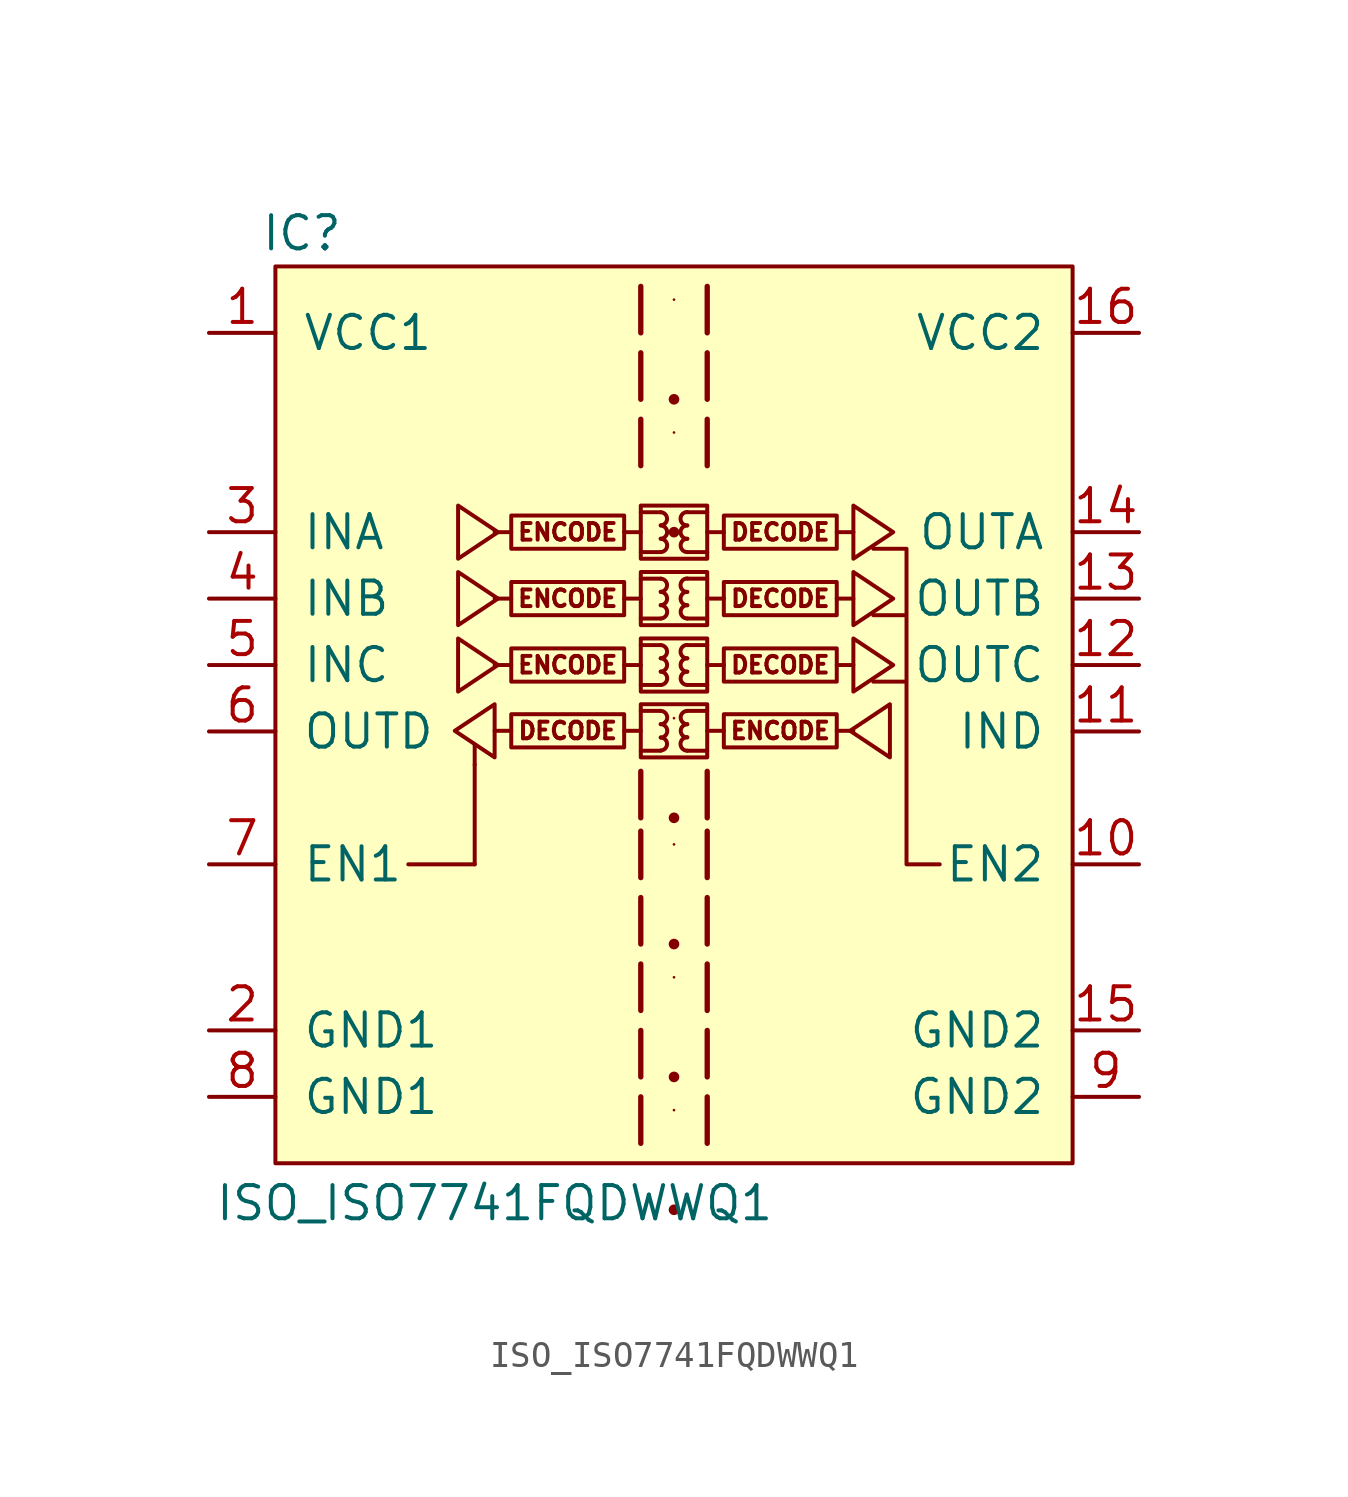
<source format=kicad_sym>
(kicad_symbol_lib
  (version 20211014)
  (generator kicad_symbol_editor)
  (symbol "ISO_ISO7741FQDWWQ1"
    (pin_names
      (offset 1.016))
    (property "Reference" "IC"
      (at -14.224 15.24 0)
      (effects (font (size 1.27 1.27))))
    (property "Value" "ISO_ISO7741FQDWWQ1"
      (at -6.858 -21.844 0)
      (effects (font (size 1.27 1.27))))
    (symbol "ISO_ISO7741FQDWWQ1_0_1"
      (rectangle (start -15.24 13.97) (end 15.24 -20.32) (stroke (width 0) (type default) (color 0 0 0 0)) (fill (type background)))
      (rectangle (start -10.16 -8.89) (end -7.62 -8.89) (stroke (width 0) (type default) (color 0 0 0 0)) (fill (type none)))
      (rectangle (start -7.62 -8.89) (end -7.62 -5.08) (stroke (width 0) (type default) (color 0 0 0 0)) (fill (type none)))
      (rectangle (start -7.62 -5.08) (end -7.62 -4.318) (stroke (width 0) (type default) (color 0 0 0 0)) (fill (type none)))
      (polyline (pts (xy 10.16 -8.89) (xy 8.89 -8.89) (xy 8.89 -1.905) (xy 7.62 -1.905) (xy 8.89 -1.905) (xy 8.89 0.635) (xy 7.62 0.635) (xy 8.89 0.635) (xy 8.89 3.175) (xy 7.62 3.175)) (stroke (width 0) (type default) (color 0 0 0 0)) (fill (type none))))
    (symbol "ISO_ISO7741FQDWWQ1_1_1"
      (rectangle (start -1.905 -3.15) (end -6.223 -4.42) (stroke (width 0) (type default) (color 0 0 0 0)) (fill (type none)))
      (rectangle (start -1.905 -0.635) (end -6.223 -1.905) (stroke (width 0) (type default) (color 0 0 0 0)) (fill (type none)))
      (rectangle (start -1.905 1.905) (end -6.223 0.635) (stroke (width 0) (type default) (color 0 0 0 0)) (fill (type none)))
      (rectangle (start -1.905 4.445) (end -6.223 3.175) (stroke (width 0) (type default) (color 0 0 0 0)) (fill (type none)))
      (rectangle (start -1.27 -0.254) (end 1.27 -2.286) (stroke (width 0) (type default) (color 0 0 0 0)) (fill (type none)))
      (rectangle (start -1.27 2.286) (end 1.27 0.254) (stroke (width 0) (type default) (color 0 0 0 0)) (fill (type none)))
      (rectangle (start -1.27 4.826) (end 1.27 2.794) (stroke (width 0) (type default) (color 0 0 0 0)) (fill (type none)))
      (arc (start -0.508 -4.5466) (mid -0.254 -4.2926) (end -0.508 -4.0386) (stroke (width 0) (type default) (color 0 0 0 0)) (fill (type none)))
      (arc (start -0.508 -4.0386) (mid -0.254 -3.7846) (end -0.508 -3.5306) (stroke (width 0) (type default) (color 0 0 0 0)) (fill (type none)))
      (arc (start -0.508 -3.5306) (mid -0.254 -3.2766) (end -0.508 -3.0226) (stroke (width 0) (type default) (color 0 0 0 0)) (fill (type none)))
      (arc (start -0.508 -2.032) (mid -0.254 -1.778) (end -0.508 -1.524) (stroke (width 0) (type default) (color 0 0 0 0)) (fill (type none)))
      (arc (start -0.508 -1.524) (mid -0.254 -1.27) (end -0.508 -1.016) (stroke (width 0) (type default) (color 0 0 0 0)) (fill (type none)))
      (arc (start -0.508 -1.016) (mid -0.254 -0.762) (end -0.508 -0.508) (stroke (width 0) (type default) (color 0 0 0 0)) (fill (type none)))
      (arc (start -0.508 0.508) (mid -0.254 0.762) (end -0.508 1.016) (stroke (width 0) (type default) (color 0 0 0 0)) (fill (type none)))
      (arc (start -0.508 1.016) (mid -0.254 1.27) (end -0.508 1.524) (stroke (width 0) (type default) (color 0 0 0 0)) (fill (type none)))
      (arc (start -0.508 1.524) (mid -0.254 1.778) (end -0.508 2.032) (stroke (width 0) (type default) (color 0 0 0 0)) (fill (type none)))
      (arc (start -0.508 3.048) (mid -0.254 3.302) (end -0.508 3.556) (stroke (width 0) (type default) (color 0 0 0 0)) (fill (type none)))
      (arc (start -0.508 3.556) (mid -0.254 3.81) (end -0.508 4.064) (stroke (width 0) (type default) (color 0 0 0 0)) (fill (type none)))
      (arc (start -0.508 4.064) (mid -0.254 4.318) (end -0.508 4.572) (stroke (width 0) (type default) (color 0 0 0 0)) (fill (type none)))
      (polyline (pts (xy -6.223 -3.785) (xy -6.858 -3.785)) (stroke (width 0) (type default) (color 0 0 0 0)) (fill (type none)))
      (polyline (pts (xy -6.223 -1.27) (xy -6.858 -1.27)) (stroke (width 0) (type default) (color 0 0 0 0)) (fill (type none)))
      (polyline (pts (xy -6.223 1.27) (xy -6.858 1.27)) (stroke (width 0) (type default) (color 0 0 0 0)) (fill (type none)))
      (polyline (pts (xy -6.223 3.81) (xy -6.858 3.81)) (stroke (width 0) (type default) (color 0 0 0 0)) (fill (type none)))
      (polyline (pts (xy -1.905 -3.785) (xy -1.27 -3.785)) (stroke (width 0) (type default) (color 0 0 0 0)) (fill (type none)))
      (polyline (pts (xy -1.905 -1.27) (xy -1.27 -1.27)) (stroke (width 0) (type default) (color 0 0 0 0)) (fill (type none)))
      (polyline (pts (xy -1.905 1.27) (xy -1.27 1.27)) (stroke (width 0) (type default) (color 0 0 0 0)) (fill (type none)))
      (polyline (pts (xy -1.905 3.81) (xy -1.27 3.81)) (stroke (width 0) (type default) (color 0 0 0 0)) (fill (type none)))
      (polyline (pts (xy -1.27 -4.547) (xy -0.508 -4.547)) (stroke (width 0) (type default) (color 0 0 0 0)) (fill (type none)))
      (polyline (pts (xy -1.27 -3.023) (xy -0.508 -3.023)) (stroke (width 0) (type default) (color 0 0 0 0)) (fill (type none)))
      (polyline (pts (xy -1.27 -2.032) (xy -0.508 -2.032)) (stroke (width 0) (type default) (color 0 0 0 0)) (fill (type none)))
      (polyline (pts (xy -1.27 -0.508) (xy -0.508 -0.508)) (stroke (width 0) (type default) (color 0 0 0 0)) (fill (type none)))
      (polyline (pts (xy -1.27 0.508) (xy -0.508 0.508)) (stroke (width 0) (type default) (color 0 0 0 0)) (fill (type none)))
      (polyline (pts (xy -1.27 2.032) (xy -0.508 2.032)) (stroke (width 0) (type default) (color 0 0 0 0)) (fill (type none)))
      (polyline (pts (xy -1.27 3.048) (xy -0.508 3.048)) (stroke (width 0) (type default) (color 0 0 0 0)) (fill (type none)))
      (polyline (pts (xy -1.27 4.572) (xy -0.508 4.572)) (stroke (width 0) (type default) (color 0 0 0 0)) (fill (type none)))
      (polyline (pts (xy 0 -22.098) (xy 0 -22.098)) (stroke (width 0.406) (type default) (color 0 0 0 0)) (fill (type none)))
      (polyline (pts (xy 0 -18.288) (xy 0 -18.288)) (stroke (width 0.102) (type default) (color 0 0 0 0)) (fill (type none)))
      (polyline (pts (xy 0 -17.018) (xy 0 -17.018)) (stroke (width 0.406) (type default) (color 0 0 0 0)) (fill (type none)))
      (polyline (pts (xy 0 -13.208) (xy 0 -13.208)) (stroke (width 0.102) (type default) (color 0 0 0 0)) (fill (type none)))
      (polyline (pts (xy 0 -11.938) (xy 0 -11.938)) (stroke (width 0.406) (type default) (color 0 0 0 0)) (fill (type none)))
      (polyline (pts (xy 0 -8.128) (xy 0 -8.128)) (stroke (width 0.102) (type default) (color 0 0 0 0)) (fill (type none)))
      (polyline (pts (xy 0 -7.112) (xy 0 -7.112)) (stroke (width 0.406) (type default) (color 0 0 0 0)) (fill (type none)))
      (polyline (pts (xy 0 -3.302) (xy 0 -3.302)) (stroke (width 0.102) (type default) (color 0 0 0 0)) (fill (type none)))
      (polyline (pts (xy 0 3.81) (xy 0 3.81)) (stroke (width 0.406) (type default) (color 0 0 0 0)) (fill (type none)))
      (polyline (pts (xy 0 7.62) (xy 0 7.62)) (stroke (width 0.102) (type default) (color 0 0 0 0)) (fill (type none)))
      (polyline (pts (xy 0 8.89) (xy 0 8.89)) (stroke (width 0.406) (type default) (color 0 0 0 0)) (fill (type none)))
      (polyline (pts (xy 0 12.7) (xy 0 12.7)) (stroke (width 0.102) (type default) (color 0 0 0 0)) (fill (type none)))
      (polyline (pts (xy 1.27 -4.547) (xy 0.508 -4.547)) (stroke (width 0) (type default) (color 0 0 0 0)) (fill (type none)))
      (polyline (pts (xy 1.27 -3.023) (xy 0.508 -3.023)) (stroke (width 0) (type default) (color 0 0 0 0)) (fill (type none)))
      (polyline (pts (xy 1.27 -2.032) (xy 0.508 -2.032)) (stroke (width 0) (type default) (color 0 0 0 0)) (fill (type none)))
      (polyline (pts (xy 1.27 -0.508) (xy 0.508 -0.508)) (stroke (width 0) (type default) (color 0 0 0 0)) (fill (type none)))
      (polyline (pts (xy 1.27 0.508) (xy 0.508 0.508)) (stroke (width 0) (type default) (color 0 0 0 0)) (fill (type none)))
      (polyline (pts (xy 1.27 2.032) (xy 0.508 2.032)) (stroke (width 0) (type default) (color 0 0 0 0)) (fill (type none)))
      (polyline (pts (xy 1.27 3.048) (xy 0.508 3.048)) (stroke (width 0) (type default) (color 0 0 0 0)) (fill (type none)))
      (polyline (pts (xy 1.27 4.572) (xy 0.508 4.572)) (stroke (width 0) (type default) (color 0 0 0 0)) (fill (type none)))
      (polyline (pts (xy 1.905 -3.785) (xy 1.27 -3.785)) (stroke (width 0) (type default) (color 0 0 0 0)) (fill (type none)))
      (polyline (pts (xy 1.905 -1.27) (xy 1.27 -1.27)) (stroke (width 0) (type default) (color 0 0 0 0)) (fill (type none)))
      (polyline (pts (xy 1.905 1.27) (xy 1.27 1.27)) (stroke (width 0) (type default) (color 0 0 0 0)) (fill (type none)))
      (polyline (pts (xy 1.905 3.81) (xy 1.27 3.81)) (stroke (width 0) (type default) (color 0 0 0 0)) (fill (type none)))
      (polyline (pts (xy 6.223 -3.785) (xy 6.858 -3.785)) (stroke (width 0) (type default) (color 0 0 0 0)) (fill (type none)))
      (polyline (pts (xy 6.223 -1.27) (xy 6.858 -1.27)) (stroke (width 0) (type default) (color 0 0 0 0)) (fill (type none)))
      (polyline (pts (xy 6.223 1.27) (xy 6.858 1.27)) (stroke (width 0) (type default) (color 0 0 0 0)) (fill (type none)))
      (polyline (pts (xy 6.223 3.81) (xy 6.858 3.81)) (stroke (width 0) (type default) (color 0 0 0 0)) (fill (type none)))
      (polyline (pts (xy -1.27 -17.78) (xy -1.27 -19.304) (xy -1.27 -19.558)) (stroke (width 0.203) (type default) (color 0 0 0 0)) (fill (type none)))
      (polyline (pts (xy -1.27 -15.24) (xy -1.27 -16.764) (xy -1.27 -17.018)) (stroke (width 0.203) (type default) (color 0 0 0 0)) (fill (type none)))
      (polyline (pts (xy -1.27 -12.7) (xy -1.27 -14.224) (xy -1.27 -14.478)) (stroke (width 0.203) (type default) (color 0 0 0 0)) (fill (type none)))
      (polyline (pts (xy -1.27 -10.16) (xy -1.27 -11.684) (xy -1.27 -11.938)) (stroke (width 0.203) (type default) (color 0 0 0 0)) (fill (type none)))
      (polyline (pts (xy -1.27 -7.62) (xy -1.27 -9.144) (xy -1.27 -9.398)) (stroke (width 0.203) (type default) (color 0 0 0 0)) (fill (type none)))
      (polyline (pts (xy -1.27 -5.334) (xy -1.27 -6.858) (xy -1.27 -7.112)) (stroke (width 0.203) (type default) (color 0 0 0 0)) (fill (type none)))
      (polyline (pts (xy -1.27 8.128) (xy -1.27 6.604) (xy -1.27 6.35)) (stroke (width 0.203) (type default) (color 0 0 0 0)) (fill (type none)))
      (polyline (pts (xy -1.27 10.668) (xy -1.27 9.144) (xy -1.27 8.89)) (stroke (width 0.203) (type default) (color 0 0 0 0)) (fill (type none)))
      (polyline (pts (xy -1.27 13.208) (xy -1.27 11.684) (xy -1.27 11.43)) (stroke (width 0.203) (type default) (color 0 0 0 0)) (fill (type none)))
      (polyline (pts (xy 1.27 -17.78) (xy 1.27 -19.304) (xy 1.27 -19.558)) (stroke (width 0.203) (type default) (color 0 0 0 0)) (fill (type none)))
      (polyline (pts (xy 1.27 -15.24) (xy 1.27 -16.764) (xy 1.27 -17.018)) (stroke (width 0.203) (type default) (color 0 0 0 0)) (fill (type none)))
      (polyline (pts (xy 1.27 -12.7) (xy 1.27 -14.224) (xy 1.27 -14.478)) (stroke (width 0.203) (type default) (color 0 0 0 0)) (fill (type none)))
      (polyline (pts (xy 1.27 -10.16) (xy 1.27 -11.684) (xy 1.27 -11.938)) (stroke (width 0.203) (type default) (color 0 0 0 0)) (fill (type none)))
      (polyline (pts (xy 1.27 -7.62) (xy 1.27 -9.144) (xy 1.27 -9.398)) (stroke (width 0.203) (type default) (color 0 0 0 0)) (fill (type none)))
      (polyline (pts (xy 1.27 -5.334) (xy 1.27 -6.858) (xy 1.27 -7.112)) (stroke (width 0.203) (type default) (color 0 0 0 0)) (fill (type none)))
      (polyline (pts (xy 1.27 8.128) (xy 1.27 6.604) (xy 1.27 6.35)) (stroke (width 0.203) (type default) (color 0 0 0 0)) (fill (type none)))
      (polyline (pts (xy 1.27 10.668) (xy 1.27 9.144) (xy 1.27 8.89)) (stroke (width 0.203) (type default) (color 0 0 0 0)) (fill (type none)))
      (polyline (pts (xy 1.27 13.208) (xy 1.27 11.684) (xy 1.27 11.43)) (stroke (width 0.203) (type default) (color 0 0 0 0)) (fill (type none)))
      (polyline (pts (xy -8.382 -3.785) (xy -6.858 -2.769) (xy -6.858 -4.801) (xy -8.382 -3.785)) (stroke (width 0) (type default) (color 0 0 0 0)) (fill (type none)))
      (polyline (pts (xy -6.731 -1.27) (xy -8.255 -0.254) (xy -8.255 -2.286) (xy -6.731 -1.27)) (stroke (width 0) (type default) (color 0 0 0 0)) (fill (type none)))
      (polyline (pts (xy -6.731 1.27) (xy -8.255 2.286) (xy -8.255 0.254) (xy -6.731 1.27)) (stroke (width 0) (type default) (color 0 0 0 0)) (fill (type none)))
      (polyline (pts (xy -6.731 3.81) (xy -8.255 4.826) (xy -8.255 2.794) (xy -6.731 3.81)) (stroke (width 0) (type default) (color 0 0 0 0)) (fill (type none)))
      (polyline (pts (xy 6.731 -3.785) (xy 8.255 -2.769) (xy 8.255 -4.801) (xy 6.731 -3.785)) (stroke (width 0) (type default) (color 0 0 0 0)) (fill (type none)))
      (polyline (pts (xy 8.382 -1.27) (xy 6.858 -0.254) (xy 6.858 -2.286) (xy 8.382 -1.27)) (stroke (width 0) (type default) (color 0 0 0 0)) (fill (type none)))
      (polyline (pts (xy 8.382 1.27) (xy 6.858 2.286) (xy 6.858 0.254) (xy 8.382 1.27)) (stroke (width 0) (type default) (color 0 0 0 0)) (fill (type none)))
      (polyline (pts (xy 8.382 3.81) (xy 6.858 4.826) (xy 6.858 2.794) (xy 8.382 3.81)) (stroke (width 0) (type default) (color 0 0 0 0)) (fill (type none)))
      (arc (start 0.508 -4.0386) (mid 0.254 -4.2926) (end 0.508 -4.5466) (stroke (width 0) (type default) (color 0 0 0 0)) (fill (type none)))
      (arc (start 0.508 -3.5306) (mid 0.254 -3.7846) (end 0.508 -4.0386) (stroke (width 0) (type default) (color 0 0 0 0)) (fill (type none)))
      (arc (start 0.508 -3.0226) (mid 0.254 -3.2766) (end 0.508 -3.5306) (stroke (width 0) (type default) (color 0 0 0 0)) (fill (type none)))
      (arc (start 0.508 -1.524) (mid 0.254 -1.778) (end 0.508 -2.032) (stroke (width 0) (type default) (color 0 0 0 0)) (fill (type none)))
      (arc (start 0.508 -1.016) (mid 0.254 -1.27) (end 0.508 -1.524) (stroke (width 0) (type default) (color 0 0 0 0)) (fill (type none)))
      (arc (start 0.508 -0.508) (mid 0.254 -0.762) (end 0.508 -1.016) (stroke (width 0) (type default) (color 0 0 0 0)) (fill (type none)))
      (arc (start 0.508 1.016) (mid 0.254 0.762) (end 0.508 0.508) (stroke (width 0) (type default) (color 0 0 0 0)) (fill (type none)))
      (arc (start 0.508 1.524) (mid 0.254 1.27) (end 0.508 1.016) (stroke (width 0) (type default) (color 0 0 0 0)) (fill (type none)))
      (arc (start 0.508 2.032) (mid 0.254 1.778) (end 0.508 1.524) (stroke (width 0) (type default) (color 0 0 0 0)) (fill (type none)))
      (arc (start 0.508 3.556) (mid 0.254 3.302) (end 0.508 3.048) (stroke (width 0) (type default) (color 0 0 0 0)) (fill (type none)))
      (arc (start 0.508 4.064) (mid 0.254 3.81) (end 0.508 3.556) (stroke (width 0) (type default) (color 0 0 0 0)) (fill (type none)))
      (arc (start 0.508 4.572) (mid 0.254 4.318) (end 0.508 4.064) (stroke (width 0) (type default) (color 0 0 0 0)) (fill (type none)))
      (rectangle (start 1.27 -2.769) (end -1.27 -4.801) (stroke (width 0) (type default) (color 0 0 0 0)) (fill (type none)))
      (rectangle (start 1.905 -3.15) (end 6.223 -4.42) (stroke (width 0) (type default) (color 0 0 0 0)) (fill (type none)))
      (rectangle (start 1.905 -0.635) (end 6.223 -1.905) (stroke (width 0) (type default) (color 0 0 0 0)) (fill (type none)))
      (rectangle (start 1.905 1.905) (end 6.223 0.635) (stroke (width 0) (type default) (color 0 0 0 0)) (fill (type none)))
      (rectangle (start 1.905 4.445) (end 6.223 3.175) (stroke (width 0) (type default) (color 0 0 0 0)) (fill (type none)))
      (text "DECODE" (at -4.064 -3.785 0) (effects (font (size 0.635 0.635))))
      (text "DECODE" (at 4.064 -1.27 0) (effects (font (size 0.635 0.635))))
      (text "DECODE" (at 4.064 1.27 0) (effects (font (size 0.635 0.635))))
      (text "DECODE" (at 4.064 3.81 0) (effects (font (size 0.635 0.635))))
      (text "ENCODE" (at -4.064 -1.27 0) (effects (font (size 0.635 0.635))))
      (text "ENCODE" (at -4.064 1.27 0) (effects (font (size 0.635 0.635))))
      (text "ENCODE" (at -4.064 3.81 0) (effects (font (size 0.635 0.635))))
      (text "ENCODE" (at 4.064 -3.785 0) (effects (font (size 0.635 0.635))))
      (pin power_in line (at -17.78 11.43 0) (length 2.54) (name "VCC1" (effects (font (size 1.27 1.27)))) (number "1" (effects (font (size 1.27 1.27)))))
      (pin passive line (at 17.78 -8.89 180) (length 2.54) (name "EN2" (effects (font (size 1.27 1.27)))) (number "10" (effects (font (size 1.27 1.27)))))
      (pin input line (at 17.78 -3.81 180) (length 2.54) (name "IND" (effects (font (size 1.27 1.27)))) (number "11" (effects (font (size 1.27 1.27)))))
      (pin output line (at 17.78 -1.27 180) (length 2.54) (name "OUTC" (effects (font (size 1.27 1.27)))) (number "12" (effects (font (size 1.27 1.27)))))
      (pin output line (at 17.78 1.27 180) (length 2.54) (name "OUTB" (effects (font (size 1.27 1.27)))) (number "13" (effects (font (size 1.27 1.27)))))
      (pin output line (at 17.78 3.81 180) (length 2.54) (name "OUTA" (effects (font (size 1.27 1.27)))) (number "14" (effects (font (size 1.27 1.27)))))
      (pin power_in line (at 17.78 -15.24 180) (length 2.54) (name "GND2" (effects (font (size 1.27 1.27)))) (number "15" (effects (font (size 1.27 1.27)))))
      (pin power_in line (at 17.78 11.43 180) (length 2.54) (name "VCC2" (effects (font (size 1.27 1.27)))) (number "16" (effects (font (size 1.27 1.27)))))
      (pin power_in line (at -17.78 -15.24 0) (length 2.54) (name "GND1" (effects (font (size 1.27 1.27)))) (number "2" (effects (font (size 1.27 1.27)))))
      (pin input line (at -17.78 3.81 0) (length 2.54) (name "INA" (effects (font (size 1.27 1.27)))) (number "3" (effects (font (size 1.27 1.27)))))
      (pin input line (at -17.78 1.27 0) (length 2.54) (name "INB" (effects (font (size 1.27 1.27)))) (number "4" (effects (font (size 1.27 1.27)))))
      (pin input line (at -17.78 -1.27 0) (length 2.54) (name "INC" (effects (font (size 1.27 1.27)))) (number "5" (effects (font (size 1.27 1.27)))))
      (pin output line (at -17.78 -3.81 0) (length 2.54) (name "OUTD" (effects (font (size 1.27 1.27)))) (number "6" (effects (font (size 1.27 1.27)))))
      (pin passive line (at -17.78 -8.89 0) (length 2.54) (name "EN1" (effects (font (size 1.27 1.27)))) (number "7" (effects (font (size 1.27 1.27)))))
      (pin power_in line (at -17.78 -17.78 0) (length 2.54) (name "GND1" (effects (font (size 1.27 1.27)))) (number "8" (effects (font (size 1.27 1.27)))))
      (pin power_in line (at 17.78 -17.78 180) (length 2.54) (name "GND2" (effects (font (size 1.27 1.27)))) (number "9" (effects (font (size 1.27 1.27))))))))
</source>
